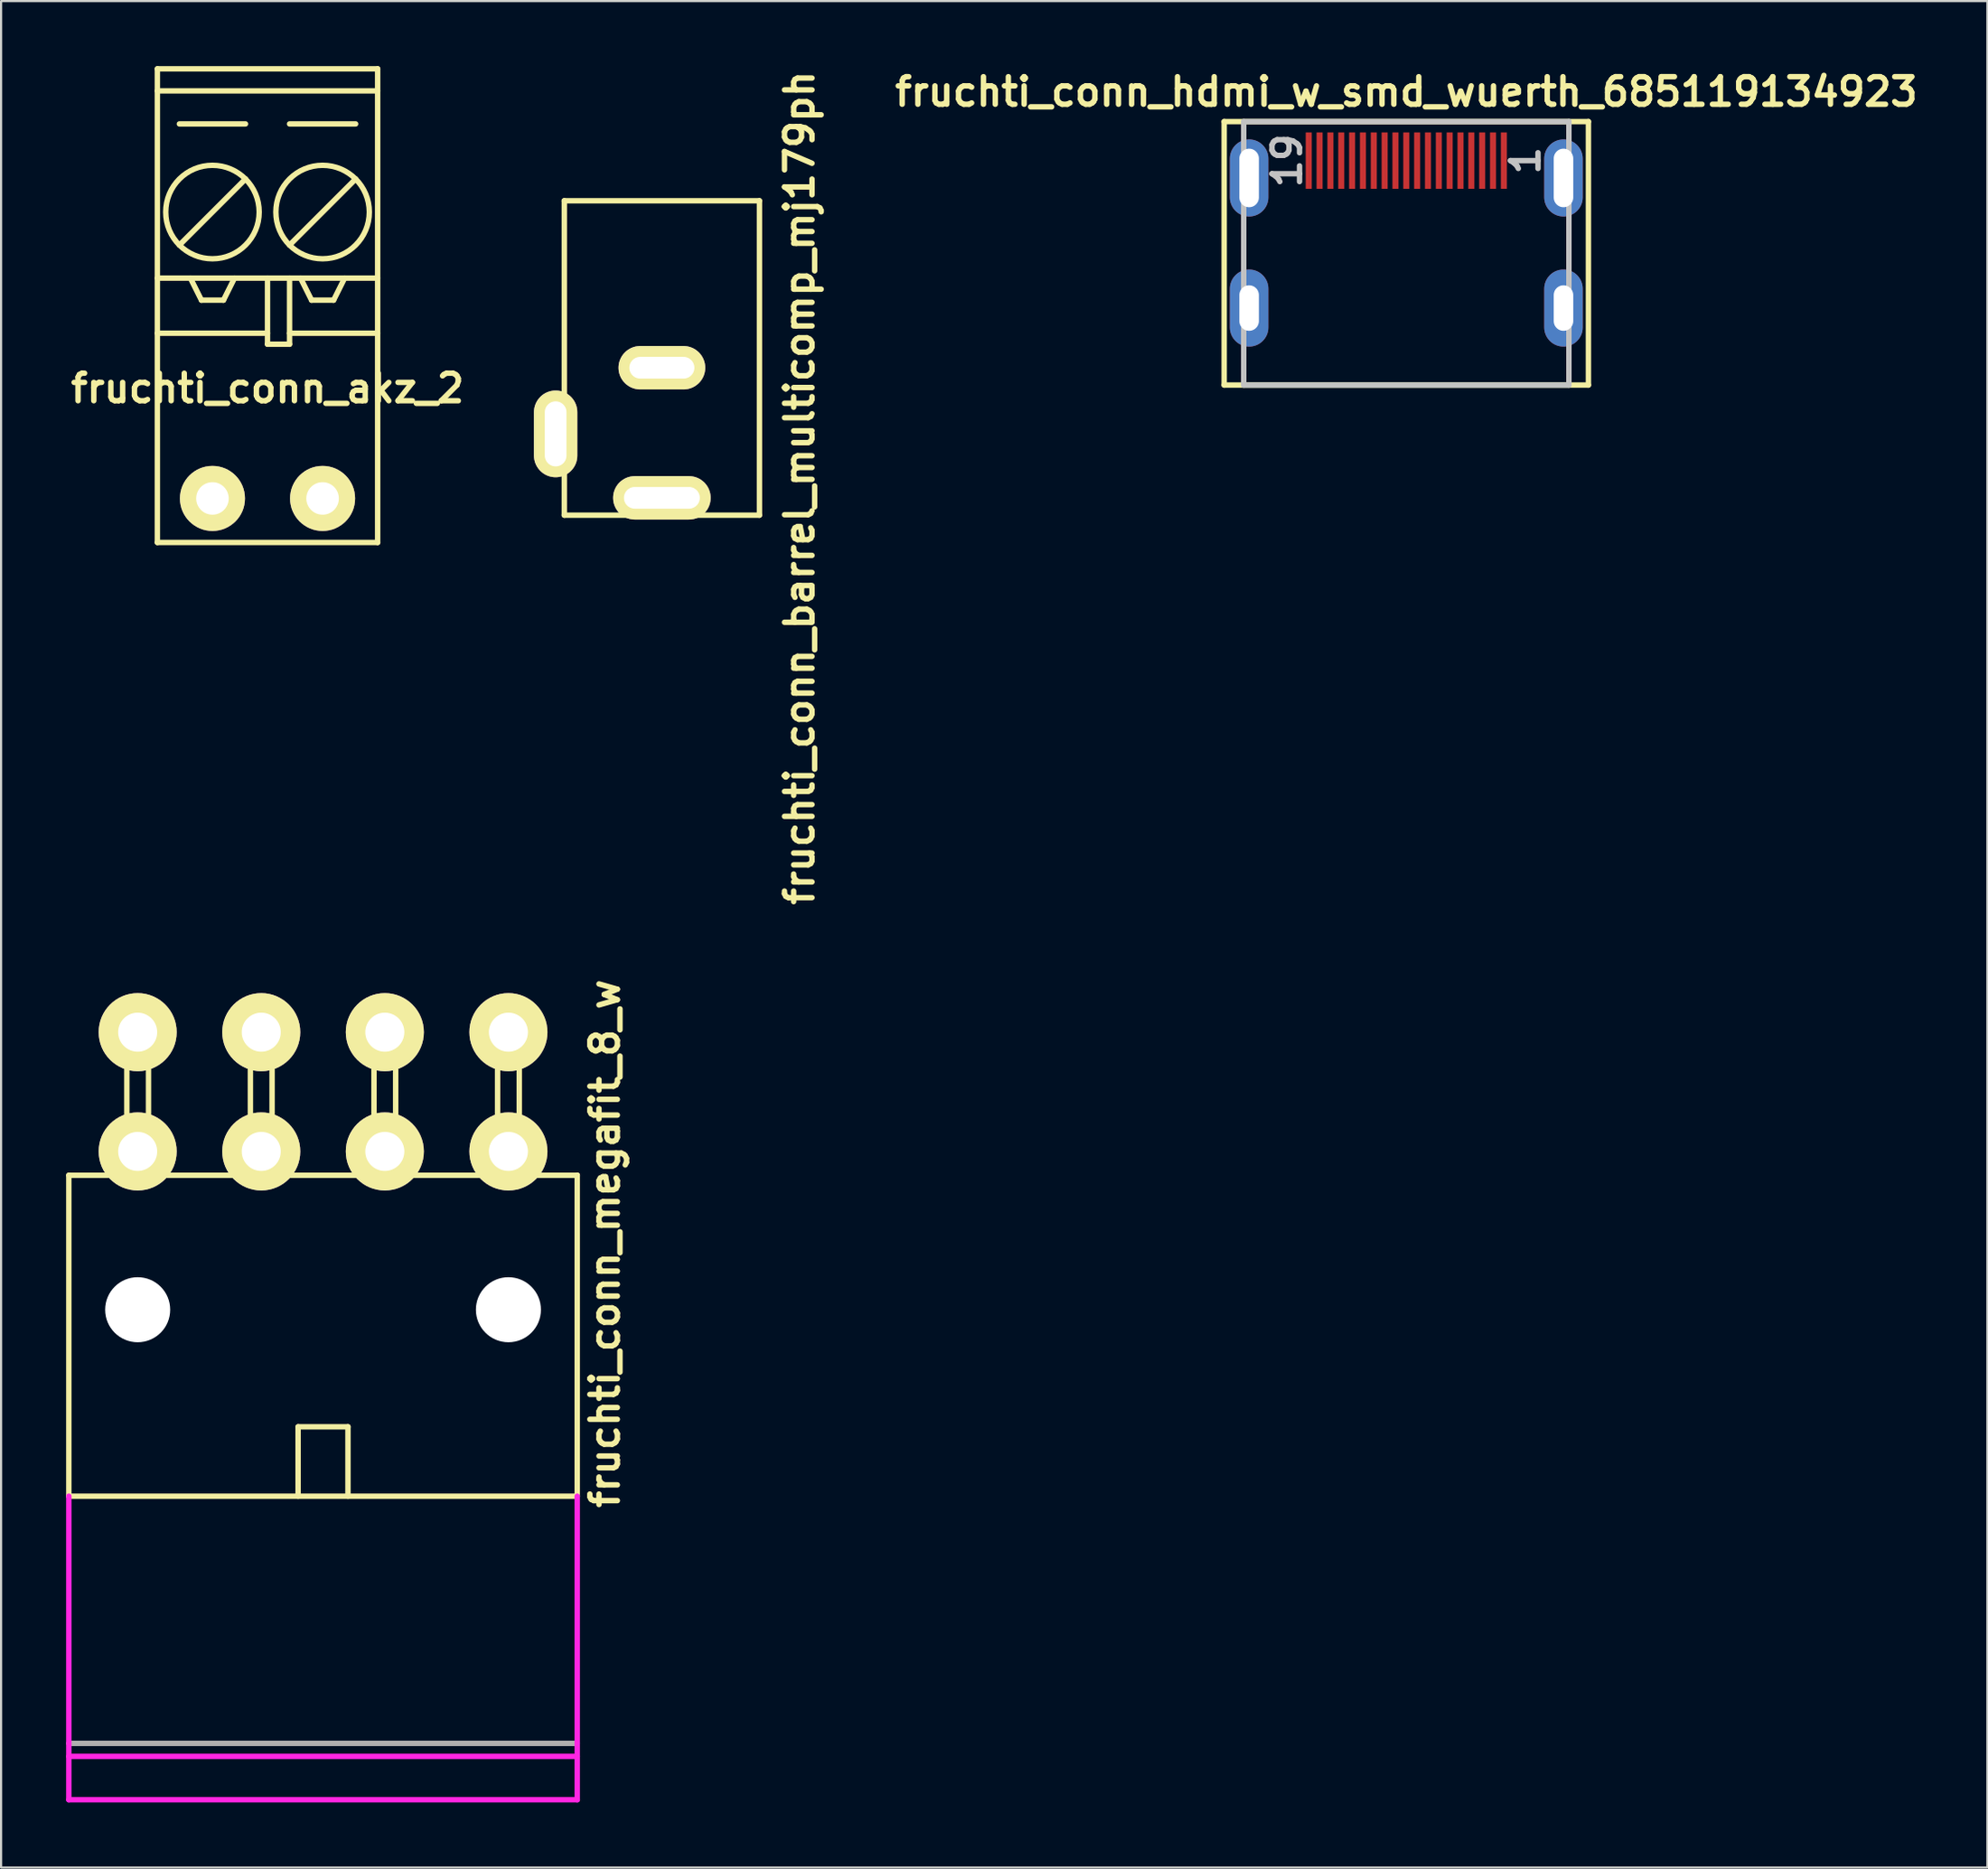
<source format=kicad_pcb>
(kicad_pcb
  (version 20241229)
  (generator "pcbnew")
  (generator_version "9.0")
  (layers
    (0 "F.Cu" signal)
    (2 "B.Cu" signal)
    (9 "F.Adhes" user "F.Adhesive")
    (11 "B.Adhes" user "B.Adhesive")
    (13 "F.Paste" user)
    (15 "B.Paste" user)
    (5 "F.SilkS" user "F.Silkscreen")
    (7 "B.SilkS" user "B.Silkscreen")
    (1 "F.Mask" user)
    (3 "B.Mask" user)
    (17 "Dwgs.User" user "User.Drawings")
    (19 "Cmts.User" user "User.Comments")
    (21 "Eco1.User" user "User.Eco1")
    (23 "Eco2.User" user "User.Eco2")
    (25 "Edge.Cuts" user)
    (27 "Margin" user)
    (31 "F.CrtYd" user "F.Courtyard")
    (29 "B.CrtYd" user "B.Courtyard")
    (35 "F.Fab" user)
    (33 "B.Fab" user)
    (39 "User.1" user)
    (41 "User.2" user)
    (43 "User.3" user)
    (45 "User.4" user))
  (footprint "fruchti_conn_hdmi_w_smd_wuerth_685119134923"
    (layer "F.Cu")
    (at 61.814 4.357)
    (property "Reference" "fruchti_conn_hdmi_w_smd_wuerth_685119134923" (at 0 -3.175 0) (layer "F.SilkS") (effects (font (size 1.27 1.27) (thickness 0.25))))
    (attr through_hole)
    (fp_line (start -8.4 -1.8) (end 8.4 -1.8) (stroke (width 0.25) (type solid)) (layer "F.SilkS"))
    (fp_line (start -8.4 10.35) (end -8.4 -1.8) (stroke (width 0.25) (type solid)) (layer "F.SilkS"))
    (fp_line (start 8.4 -1.8) (end 8.4 10.35) (stroke (width 0.25) (type solid)) (layer "F.SilkS"))
    (fp_line (start 8.4 10.35) (end -8.4 10.35) (stroke (width 0.25) (type solid)) (layer "F.SilkS"))
    (fp_line (start -7.5 -1.8) (end 7.5 -1.8) (stroke (width 0.25) (type solid)) (layer "Dwgs.User"))
    (fp_line (start -7.5 10.35) (end -7.5 -1.8) (stroke (width 0.25) (type solid)) (layer "Dwgs.User"))
    (fp_line (start 7.5 -1.8) (end 7.5 10.35) (stroke (width 0.25) (type solid)) (layer "Dwgs.User"))
    (fp_line (start 7.5 10.35) (end -7.5 10.35) (stroke (width 0.25) (type solid)) (layer "Dwgs.User"))
    (fp_text user "1" (at 5.5 0 90) (layer "Dwgs.User") (effects (font (size 1.27 1.27) (thickness 0.25))))
    (fp_text user "19" (at -5.5 0 90) (layer "Dwgs.User") (effects (font (size 1.27 1.27) (thickness 0.25))))
    (pad "1" smd rect (at 4.5 0 180) (size 0.28 2.6) (layers "F.Cu" "F.Mask" "F.Paste"))
    (pad "2" smd rect (at 4 0 180) (size 0.28 2.6) (layers "F.Cu" "F.Mask" "F.Paste"))
    (pad "3" smd rect (at 3.5 0 180) (size 0.28 2.6) (layers "F.Cu" "F.Mask" "F.Paste"))
    (pad "4" smd rect (at 3 0 180) (size 0.28 2.6) (layers "F.Cu" "F.Mask" "F.Paste"))
    (pad "5" smd rect (at 2.5 0 180) (size 0.28 2.6) (layers "F.Cu" "F.Mask" "F.Paste"))
    (pad "6" smd rect (at 2 0 180) (size 0.28 2.6) (layers "F.Cu" "F.Mask" "F.Paste"))
    (pad "7" smd rect (at 1.5 0 180) (size 0.28 2.6) (layers "F.Cu" "F.Mask" "F.Paste"))
    (pad "8" smd rect (at 1 0 180) (size 0.28 2.6) (layers "F.Cu" "F.Mask" "F.Paste"))
    (pad "9" smd rect (at 0.5 0 180) (size 0.28 2.6) (layers "F.Cu" "F.Mask" "F.Paste"))
    (pad "10" smd rect (at 0 0 180) (size 0.28 2.6) (layers "F.Cu" "F.Mask" "F.Paste"))
    (pad "11" smd rect (at -0.5 0 180) (size 0.28 2.6) (layers "F.Cu" "F.Mask" "F.Paste"))
    (pad "12" smd rect (at -1 0 180) (size 0.28 2.6) (layers "F.Cu" "F.Mask" "F.Paste"))
    (pad "13" smd rect (at -1.5 0 180) (size 0.28 2.6) (layers "F.Cu" "F.Mask" "F.Paste"))
    (pad "14" smd rect (at -2 0 180) (size 0.28 2.6) (layers "F.Cu" "F.Mask" "F.Paste"))
    (pad "15" smd rect (at -2.5 0 180) (size 0.28 2.6) (layers "F.Cu" "F.Mask" "F.Paste"))
    (pad "16" smd rect (at -3 0 180) (size 0.28 2.6) (layers "F.Cu" "F.Mask" "F.Paste"))
    (pad "17" smd rect (at -3.5 0 180) (size 0.28 2.6) (layers "F.Cu" "F.Mask" "F.Paste"))
    (pad "18" smd rect (at -4 0 180) (size 0.28 2.6) (layers "F.Cu" "F.Mask" "F.Paste"))
    (pad "19" smd rect (at -4.5 0 180) (size 0.28 2.6) (layers "F.Cu" "F.Mask" "F.Paste"))
    (pad "T" thru_hole oval (at -7.25 0.8 90) (size 3.556 1.778) (drill oval 2.7 0.9) (layers "*.Cu" "*.Mask"))
    (pad "T" thru_hole oval (at -7.25 6.8 90) (size 3.556 1.778) (drill oval 2.1 0.9) (layers "*.Cu" "*.Mask"))
    (pad "T" thru_hole oval (at 7.25 0.8 90) (size 3.556 1.778) (drill oval 2.7 0.9) (layers "*.Cu" "*.Mask"))
    (pad "T" thru_hole oval (at 7.25 6.8 90) (size 3.556 1.778) (drill oval 2.1 0.9) (layers "*.Cu" "*.Mask")))
  (footprint "fruchti_conn_barrel_multicomp_mj179ph"
    (layer "F.Cu")
    (at 27.478 16.909)
    (property "Reference" "fruchti_conn_barrel_multicomp_mj179ph" (at 6.35 2.54 90) (layer "F.SilkS") (effects (font (size 1.27 1.27) (thickness 0.25))))
    (attr through_hole)
    (fp_line (start -4.5 -10.7) (end 4.5 -10.7) (stroke (width 0.25) (type solid)) (layer "F.SilkS"))
    (fp_line (start -4.5 3.8) (end -4.5 -10.7) (stroke (width 0.25) (type solid)) (layer "F.SilkS"))
    (fp_line (start 4.5 -10.7) (end 4.5 3.8) (stroke (width 0.25) (type solid)) (layer "F.SilkS"))
    (fp_line (start 4.5 3.8) (end -4.5 3.8) (stroke (width 0.25) (type solid)) (layer "F.SilkS"))
    (pad "1" thru_hole oval (at 0 3) (size 4.5 2) (drill oval 3.5 1) (layers "*.Cu" "*.Mask" "F.SilkS"))
    (pad "2" thru_hole oval (at 0 -3) (size 4 2) (drill oval 3 1) (layers "*.Cu" "*.Mask" "F.SilkS"))
    (pad "3" thru_hole oval (at -4.9 0.05 90) (size 4 2) (drill oval 3 1) (layers "*.Cu" "*.Mask" "F.SilkS")))
  (footprint "fruchti_conn_megafit_8_w"
    (layer "F.Cu")
    (at 11.85 47.302)
    (property "Reference" "fruchti_conn_megafit_8_w" (at 13 7 90) (layer "F.SilkS") (effects (font (size 1.27 1.27) (thickness 0.25))))
    (attr through_hole)
    (fp_line (start -11.725 3.85) (end -11.725 18.65) (stroke (width 0.25) (type solid)) (layer "F.SilkS"))
    (fp_line (start -11.725 3.85) (end 11.725 3.85) (stroke (width 0.25) (type solid)) (layer "F.SilkS"))
    (fp_line (start -11.725 18.65) (end 11.725 18.65) (stroke (width 0.25) (type solid)) (layer "F.SilkS"))
    (fp_line (start -9.05 -2.75) (end -8.05 -2.75) (stroke (width 0.25) (type solid)) (layer "F.SilkS"))
    (fp_line (start -9.05 3.85) (end -9.05 -2.75) (stroke (width 0.25) (type solid)) (layer "F.SilkS"))
    (fp_line (start -8.05 -2.75) (end -8.05 3.85) (stroke (width 0.25) (type solid)) (layer "F.SilkS"))
    (fp_line (start -3.35 -2.75) (end -2.35 -2.75) (stroke (width 0.25) (type solid)) (layer "F.SilkS"))
    (fp_line (start -3.35 3.85) (end -3.35 -2.75) (stroke (width 0.25) (type solid)) (layer "F.SilkS"))
    (fp_line (start -2.35 -2.75) (end -2.35 3.85) (stroke (width 0.25) (type solid)) (layer "F.SilkS"))
    (fp_line (start -1.15 15.45) (end -1.15 18.65) (stroke (width 0.25) (type solid)) (layer "F.SilkS"))
    (fp_line (start -1.15 15.45) (end 1.15 15.45) (stroke (width 0.25) (type solid)) (layer "F.SilkS"))
    (fp_line (start 1.15 15.45) (end 1.15 18.65) (stroke (width 0.25) (type solid)) (layer "F.SilkS"))
    (fp_line (start 2.35 -2.75) (end 3.35 -2.75) (stroke (width 0.25) (type solid)) (layer "F.SilkS"))
    (fp_line (start 2.35 3.85) (end 2.35 -2.75) (stroke (width 0.25) (type solid)) (layer "F.SilkS"))
    (fp_line (start 3.35 -2.75) (end 3.35 3.85) (stroke (width 0.25) (type solid)) (layer "F.SilkS"))
    (fp_line (start 8.05 -2.75) (end 9.05 -2.75) (stroke (width 0.25) (type solid)) (layer "F.SilkS"))
    (fp_line (start 8.05 3.85) (end 8.05 -2.75) (stroke (width 0.25) (type solid)) (layer "F.SilkS"))
    (fp_line (start 9.05 -2.75) (end 9.05 3.85) (stroke (width 0.25) (type solid)) (layer "F.SilkS"))
    (fp_line (start 11.725 3.85) (end 11.725 3.85) (stroke (width 0.25) (type solid)) (layer "F.SilkS"))
    (fp_line (start 11.725 3.85) (end 11.725 18.65) (stroke (width 0.25) (type solid)) (layer "F.SilkS"))
    (fp_line (start -11.725 32.65) (end -11.725 18.65) (stroke (width 0.25) (type solid)) (layer "F.CrtYd"))
    (fp_line (start 11.725 30.65) (end -11.725 30.65) (stroke (width 0.25) (type solid)) (layer "F.CrtYd"))
    (fp_line (start 11.725 32.65) (end -11.725 32.65) (stroke (width 0.25) (type solid)) (layer "F.CrtYd"))
    (fp_line (start 11.725 32.65) (end 11.725 18.65) (stroke (width 0.25) (type solid)) (layer "F.CrtYd"))
    (fp_line (start -11.725 30.05) (end 11.725 30.05) (stroke (width 0.25) (type solid)) (layer "F.Fab"))
    (pad "" np_thru_hole circle (at -8.55 10.05) (size 3 3) (drill 3) (layers "*.Cu" "*.Mask"))
    (pad "" np_thru_hole circle (at 8.55 10.05) (size 3 3) (drill 3) (layers "*.Cu" "*.Mask"))
    (pad "1" thru_hole circle (at 8.55 2.75) (size 3.6 3.6) (drill 1.8) (layers "*.Cu" "*.Mask" "F.SilkS"))
    (pad "2" thru_hole circle (at 2.85 2.75) (size 3.6 3.6) (drill 1.8) (layers "*.Cu" "*.Mask" "F.SilkS"))
    (pad "3" thru_hole circle (at -2.85 2.75) (size 3.6 3.6) (drill 1.8) (layers "*.Cu" "*.Mask" "F.SilkS"))
    (pad "4" thru_hole circle (at -8.55 2.75) (size 3.6 3.6) (drill 1.8) (layers "*.Cu" "*.Mask" "F.SilkS"))
    (pad "5" thru_hole circle (at 8.55 -2.75) (size 3.6 3.6) (drill 1.8) (layers "*.Cu" "*.Mask" "F.SilkS"))
    (pad "6" thru_hole circle (at 2.85 -2.75) (size 3.6 3.6) (drill 1.8) (layers "*.Cu" "*.Mask" "F.SilkS"))
    (pad "7" thru_hole circle (at -2.85 -2.75) (size 3.6 3.6) (drill 1.8) (layers "*.Cu" "*.Mask" "F.SilkS"))
    (pad "8" thru_hole circle (at -8.55 -2.75) (size 3.6 3.6) (drill 1.8) (layers "*.Cu" "*.Mask" "F.SilkS")))
  (footprint "fruchti_conn_akz_2"
    (layer "F.Cu")
    (at 9.289 19.937)
    (property "Reference" "fruchti_conn_akz_2" (at 0 -5.08 0) (layer "F.SilkS") (effects (font (size 1.27 1.27) (thickness 0.25))))
    (attr through_hole)
    (fp_line (start -5.08 -19.812) (end 5.08 -19.812) (stroke (width 0.25) (type solid)) (layer "F.SilkS"))
    (fp_line (start -5.08 -18.796) (end 5.08 -18.796) (stroke (width 0.25) (type solid)) (layer "F.SilkS"))
    (fp_line (start -5.08 -10.16) (end 5.08 -10.16) (stroke (width 0.25) (type solid)) (layer "F.SilkS"))
    (fp_line (start -5.08 -7.62) (end 0 -7.62) (stroke (width 0.25) (type solid)) (layer "F.SilkS"))
    (fp_line (start -5.08 2.032) (end -5.08 -19.812) (stroke (width 0.25) (type solid)) (layer "F.SilkS"))
    (fp_line (start -5.08 2.032) (end 5.08 2.032) (stroke (width 0.25) (type solid)) (layer "F.SilkS"))
    (fp_line (start -4.064 -17.272) (end -1.016 -17.272) (stroke (width 0.25) (type solid)) (layer "F.SilkS"))
    (fp_line (start -4.064 -11.684) (end -1.016 -14.732) (stroke (width 0.25) (type solid)) (layer "F.SilkS"))
    (fp_line (start -3.556 -10.16) (end -3.048 -9.144) (stroke (width 0.25) (type solid)) (layer "F.SilkS"))
    (fp_line (start -3.048 -9.144) (end -2.032 -9.144) (stroke (width 0.25) (type solid)) (layer "F.SilkS"))
    (fp_line (start -2.032 -9.144) (end -1.524 -10.16) (stroke (width 0.25) (type solid)) (layer "F.SilkS"))
    (fp_line (start 0 -10.16) (end 0 -7.112) (stroke (width 0.25) (type solid)) (layer "F.SilkS"))
    (fp_line (start 0 -7.112) (end 1.016 -7.112) (stroke (width 0.25) (type solid)) (layer "F.SilkS"))
    (fp_line (start 1.016 -17.272) (end 4.064 -17.272) (stroke (width 0.25) (type solid)) (layer "F.SilkS"))
    (fp_line (start 1.016 -11.684) (end 4.064 -14.732) (stroke (width 0.25) (type solid)) (layer "F.SilkS"))
    (fp_line (start 1.016 -7.62) (end 5.08 -7.62) (stroke (width 0.25) (type solid)) (layer "F.SilkS"))
    (fp_line (start 1.016 -7.112) (end 1.016 -10.16) (stroke (width 0.25) (type solid)) (layer "F.SilkS"))
    (fp_line (start 2.032 -9.144) (end 1.524 -10.16) (stroke (width 0.25) (type solid)) (layer "F.SilkS"))
    (fp_line (start 2.032 -9.144) (end 3.048 -9.144) (stroke (width 0.25) (type solid)) (layer "F.SilkS"))
    (fp_line (start 3.048 -9.144) (end 3.556 -10.16) (stroke (width 0.25) (type solid)) (layer "F.SilkS"))
    (fp_line (start 5.08 2.032) (end 5.08 -19.812) (stroke (width 0.25) (type solid)) (layer "F.SilkS"))
    (fp_circle (center -2.54 -13.208) (end -4.064 -11.684) (stroke (width 0.25) (type solid)) (fill no) (layer "F.SilkS"))
    (fp_circle (center 2.54 -13.208) (end 1.016 -11.684) (stroke (width 0.25) (type solid)) (fill no) (layer "F.SilkS"))
    (pad "1" thru_hole circle (at -2.54 0) (size 3 3) (drill 1.5) (layers "*.Cu" "*.Mask" "F.SilkS"))
    (pad "2" thru_hole circle (at 2.54 0) (size 3 3) (drill 1.5) (layers "*.Cu" "*.Mask" "F.SilkS")))
  (gr_rect
    (start -3 -3)
    (end 88.617 83.077)
    (stroke (width 0.1) (type default))
    (fill no)
    (layer "Edge.Cuts")))
</source>
